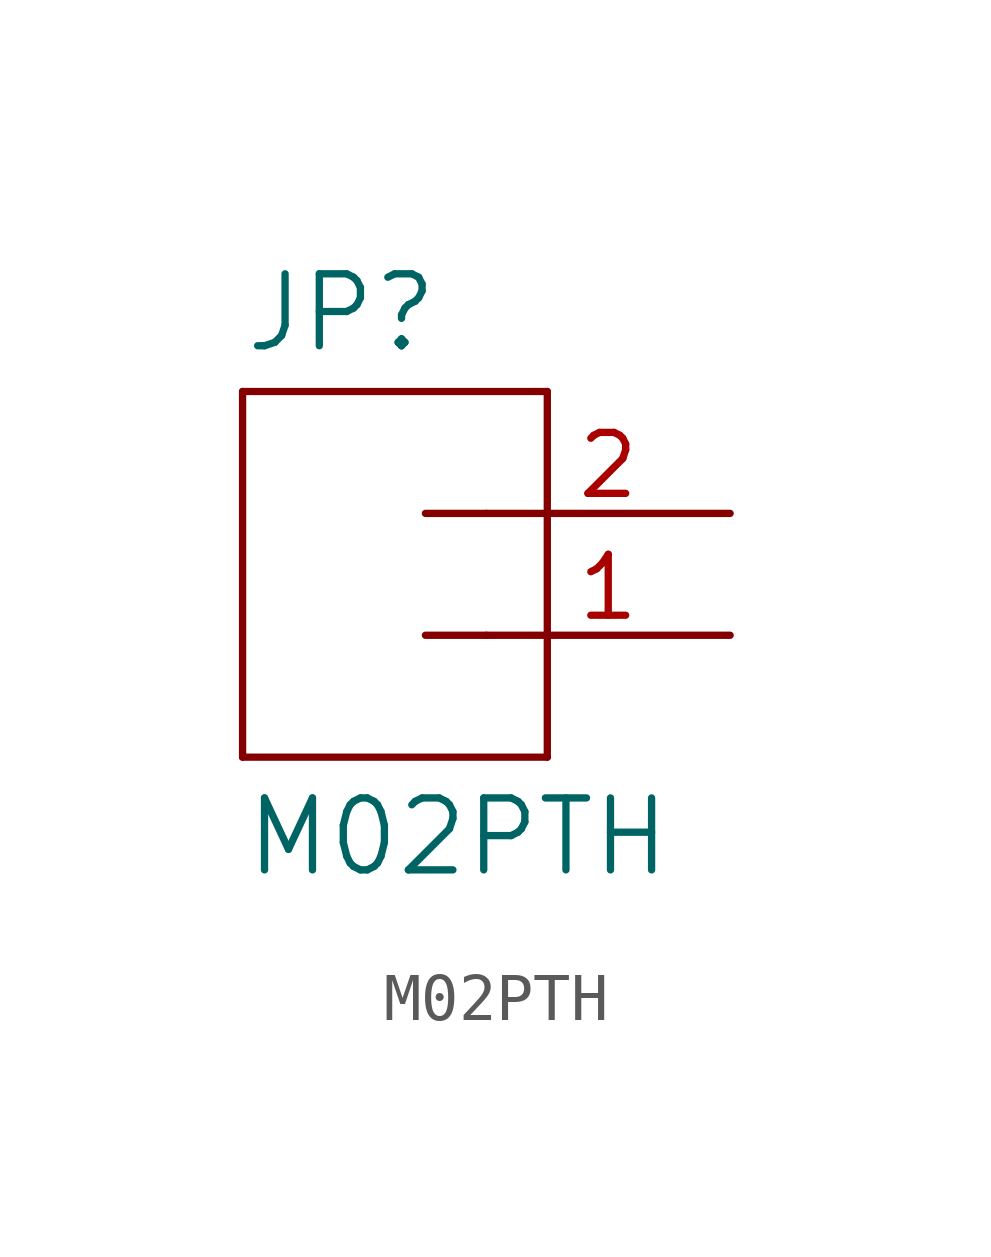
<source format=kicad_sym>
(kicad_symbol_lib
  (version 20211014)
  (generator kicad_symbol_editor)
  (symbol "M02PTH"
    (pin_names
      (offset 1.016))
    (property "Reference" "JP"
      (at -2.54 5.842 0)
      (effects (font (size 1.499 1.499)) (justify left bottom)))
    (property "Value" "M02PTH"
      (at -2.54 -5.08 0)
      (effects (font (size 1.499 1.499)) (justify left bottom)))
    (property "ki_locked" ""
      (at 0 0 0)
      (effects (font (size 1.27 1.27))))
    (symbol "M02PTH_1_0"
      (polyline (pts (xy -2.54 5.08) (xy -2.54 -2.54)) (stroke (width 0) (type default) (color 0 0 0 0)) (fill (type none)))
      (polyline (pts (xy -2.54 5.08) (xy 3.81 5.08)) (stroke (width 0) (type default) (color 0 0 0 0)) (fill (type none)))
      (polyline (pts (xy 1.27 0) (xy 2.54 0)) (stroke (width 0) (type default) (color 0 0 0 0)) (fill (type none)))
      (polyline (pts (xy 1.27 2.54) (xy 2.54 2.54)) (stroke (width 0) (type default) (color 0 0 0 0)) (fill (type none)))
      (polyline (pts (xy 3.81 -2.54) (xy -2.54 -2.54)) (stroke (width 0) (type default) (color 0 0 0 0)) (fill (type none)))
      (polyline (pts (xy 3.81 -2.54) (xy 3.81 5.08)) (stroke (width 0) (type default) (color 0 0 0 0)) (fill (type none)))
      (pin passive line (at 7.62 0 180) (length 5.08) (name "1" (effects (font (size 0 0)))) (number "1" (effects (font (size 1.27 1.27)))))
      (pin passive line (at 7.62 2.54 180) (length 5.08) (name "2" (effects (font (size 0 0)))) (number "2" (effects (font (size 1.27 1.27))))))))
</source>
